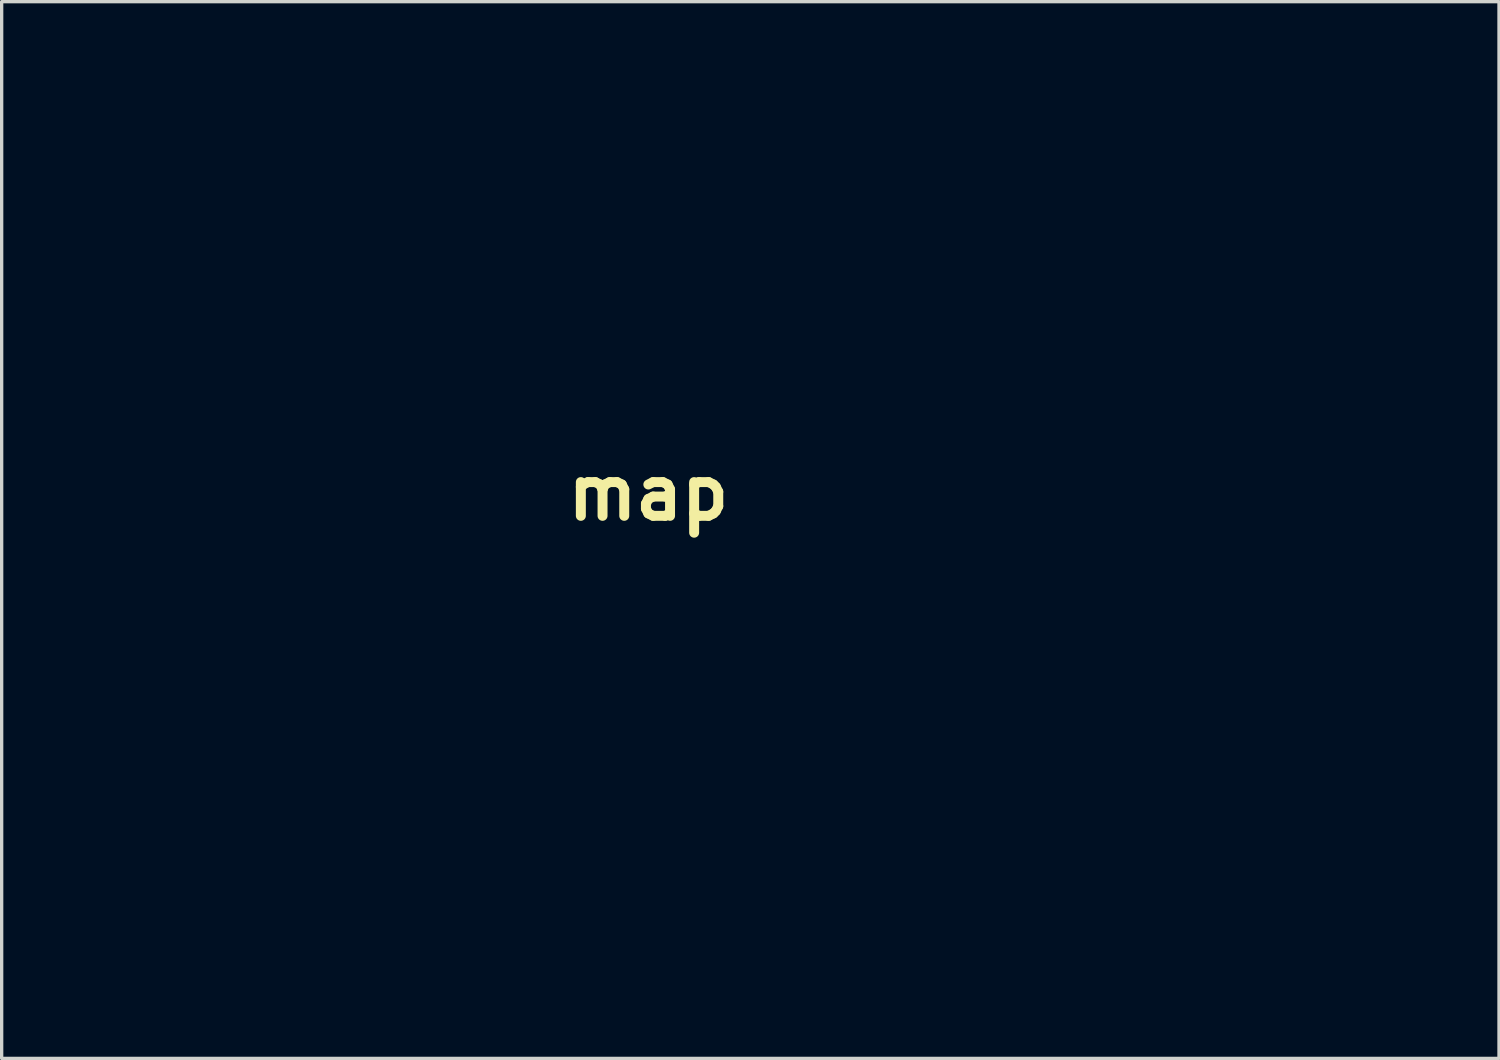
<source format=kicad_pcb>
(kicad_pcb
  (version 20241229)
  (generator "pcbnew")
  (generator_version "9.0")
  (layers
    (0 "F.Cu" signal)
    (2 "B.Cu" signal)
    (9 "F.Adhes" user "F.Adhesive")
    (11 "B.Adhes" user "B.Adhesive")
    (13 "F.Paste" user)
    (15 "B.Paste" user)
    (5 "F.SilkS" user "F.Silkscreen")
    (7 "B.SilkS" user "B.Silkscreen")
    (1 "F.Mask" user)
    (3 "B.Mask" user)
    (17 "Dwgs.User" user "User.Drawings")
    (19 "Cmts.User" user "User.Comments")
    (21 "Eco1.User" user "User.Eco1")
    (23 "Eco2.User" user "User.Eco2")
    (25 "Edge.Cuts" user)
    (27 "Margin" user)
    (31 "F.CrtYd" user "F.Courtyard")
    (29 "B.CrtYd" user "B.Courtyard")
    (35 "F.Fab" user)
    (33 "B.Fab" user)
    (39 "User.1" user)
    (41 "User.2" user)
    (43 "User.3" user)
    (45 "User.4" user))
  (footprint "map"
    (layer "F.Cu")
    (at 16.47 11.791)
    (property "Reference" "map" (at 0 0 0) (layer "F.SilkS") (effects (font (size 1.524 1.524) (thickness 0.3))))
    (attr through_hole)
    (fp_poly (pts (xy -3.856 0.829) (xy -3.81 0.882) (xy -3.81 0.889) (xy -3.849 0.945) (xy -3.972 0.965) (xy -3.988 0.965) (xy -4.119 0.949) (xy -4.165 0.896) (xy -4.166 0.889) (xy -4.127 0.833) (xy -4.004 0.813) (xy -3.988 0.813) (xy -3.856 0.829)) (stroke (width 0.01) (type solid)) (fill yes) (layer "F.Mask"))
    (fp_poly (pts (xy -2.653 0.825) (xy -2.594 0.867) (xy -2.591 0.889) (xy -2.624 0.942) (xy -2.736 0.964) (xy -2.794 0.965) (xy -2.935 0.953) (xy -2.994 0.911) (xy -2.997 0.889) (xy -2.964 0.836) (xy -2.852 0.814) (xy -2.794 0.813) (xy -2.653 0.825)) (stroke (width 0.01) (type solid)) (fill yes) (layer "F.Mask"))
    (fp_poly (pts (xy -1.469 0.829) (xy -1.423 0.882) (xy -1.422 0.889) (xy -1.461 0.945) (xy -1.584 0.965) (xy -1.6 0.965) (xy -1.732 0.949) (xy -1.778 0.896) (xy -1.778 0.889) (xy -1.739 0.833) (xy -1.616 0.813) (xy -1.6 0.813) (xy -1.469 0.829)) (stroke (width 0.01) (type solid)) (fill yes) (layer "F.Mask"))
    (fp_poly (pts (xy -0.249 0.829) (xy -0.204 0.882) (xy -0.203 0.889) (xy -0.242 0.945) (xy -0.365 0.965) (xy -0.381 0.965) (xy -0.513 0.949) (xy -0.558 0.896) (xy -0.559 0.889) (xy -0.52 0.833) (xy -0.397 0.813) (xy -0.381 0.813) (xy -0.249 0.829)) (stroke (width 0.01) (type solid)) (fill yes) (layer "F.Mask"))
    (fp_poly (pts (xy 0.919 0.829) (xy 0.965 0.882) (xy 0.965 0.889) (xy 0.927 0.945) (xy 0.804 0.965) (xy 0.787 0.965) (xy 0.656 0.949) (xy 0.61 0.896) (xy 0.61 0.889) (xy 0.648 0.833) (xy 0.771 0.813) (xy 0.787 0.813) (xy 0.919 0.829)) (stroke (width 0.01) (type solid)) (fill yes) (layer "F.Mask"))
    (fp_poly (pts (xy 2.138 0.829) (xy 2.184 0.882) (xy 2.184 0.889) (xy 2.146 0.945) (xy 2.023 0.965) (xy 2.007 0.965) (xy 1.875 0.949) (xy 1.829 0.896) (xy 1.829 0.889) (xy 1.867 0.833) (xy 1.99 0.813) (xy 2.007 0.813) (xy 2.138 0.829)) (stroke (width 0.01) (type solid)) (fill yes) (layer "F.Mask"))
    (fp_poly (pts (xy 3.342 0.825) (xy 3.4 0.867) (xy 3.404 0.889) (xy 3.37 0.942) (xy 3.259 0.964) (xy 3.2 0.965) (xy 3.059 0.953) (xy 3.001 0.911) (xy 2.997 0.889) (xy 3.031 0.836) (xy 3.142 0.814) (xy 3.2 0.813) (xy 3.342 0.825)) (stroke (width 0.01) (type solid)) (fill yes) (layer "F.Mask"))
    (fp_poly (pts (xy 4.526 0.829) (xy 4.572 0.882) (xy 4.572 0.889) (xy 4.533 0.945) (xy 4.41 0.965) (xy 4.394 0.965) (xy 4.263 0.949) (xy 4.217 0.896) (xy 4.216 0.889) (xy 4.255 0.833) (xy 4.378 0.813) (xy 4.394 0.813) (xy 4.526 0.829)) (stroke (width 0.01) (type solid)) (fill yes) (layer "F.Mask"))
    (fp_poly (pts (xy 5.745 0.829) (xy 5.791 0.882) (xy 5.791 0.889) (xy 5.753 0.945) (xy 5.63 0.965) (xy 5.613 0.965) (xy 5.482 0.949) (xy 5.436 0.896) (xy 5.436 0.889) (xy 5.474 0.833) (xy 5.597 0.813) (xy 5.613 0.813) (xy 5.745 0.829)) (stroke (width 0.01) (type solid)) (fill yes) (layer "F.Mask"))
    (fp_poly (pts (xy 6.948 0.825) (xy 7.007 0.867) (xy 7.01 0.889) (xy 6.977 0.942) (xy 6.866 0.964) (xy 6.807 0.965) (xy 6.666 0.953) (xy 6.608 0.911) (xy 6.604 0.889) (xy 6.638 0.836) (xy 6.749 0.814) (xy 6.807 0.813) (xy 6.948 0.825)) (stroke (width 0.01) (type solid)) (fill yes) (layer "F.Mask"))
    (fp_poly (pts (xy 8.133 0.829) (xy 8.178 0.882) (xy 8.179 0.889) (xy 8.14 0.945) (xy 8.017 0.965) (xy 8.001 0.965) (xy 7.869 0.949) (xy 7.824 0.896) (xy 7.823 0.889) (xy 7.862 0.833) (xy 7.985 0.813) (xy 8.001 0.813) (xy 8.133 0.829)) (stroke (width 0.01) (type solid)) (fill yes) (layer "F.Mask"))
    (fp_poly (pts (xy 9.352 0.829) (xy 9.398 0.882) (xy 9.398 0.889) (xy 9.359 0.945) (xy 9.236 0.965) (xy 9.22 0.965) (xy 9.089 0.949) (xy 9.043 0.896) (xy 9.042 0.889) (xy 9.081 0.833) (xy 9.204 0.813) (xy 9.22 0.813) (xy 9.352 0.829)) (stroke (width 0.01) (type solid)) (fill yes) (layer "F.Mask"))
    (fp_poly (pts (xy 10.555 0.825) (xy 10.614 0.867) (xy 10.617 0.889) (xy 10.584 0.942) (xy 10.472 0.964) (xy 10.414 0.965) (xy 10.273 0.953) (xy 10.214 0.911) (xy 10.211 0.889) (xy 10.244 0.836) (xy 10.356 0.814) (xy 10.414 0.813) (xy 10.555 0.825)) (stroke (width 0.01) (type solid)) (fill yes) (layer "F.Mask"))
    (fp_poly (pts (xy 11.739 0.829) (xy 11.785 0.882) (xy 11.786 0.889) (xy 11.747 0.945) (xy 11.624 0.965) (xy 11.608 0.965) (xy 11.476 0.949) (xy 11.43 0.896) (xy 11.43 0.889) (xy 11.469 0.833) (xy 11.592 0.813) (xy 11.608 0.813) (xy 11.739 0.829)) (stroke (width 0.01) (type solid)) (fill yes) (layer "F.Mask"))
    (fp_poly (pts (xy 12.943 0.825) (xy 13.001 0.867) (xy 13.005 0.889) (xy 12.971 0.942) (xy 12.86 0.964) (xy 12.802 0.965) (xy 12.66 0.953) (xy 12.602 0.911) (xy 12.598 0.889) (xy 12.632 0.836) (xy 12.743 0.814) (xy 12.802 0.813) (xy 12.943 0.825)) (stroke (width 0.01) (type solid)) (fill yes) (layer "F.Mask"))
    (fp_poly (pts (xy 14.127 0.829) (xy 14.173 0.882) (xy 14.173 0.889) (xy 14.135 0.945) (xy 14.012 0.965) (xy 13.995 0.965) (xy 13.864 0.949) (xy 13.818 0.896) (xy 13.818 0.889) (xy 13.856 0.833) (xy 13.979 0.813) (xy 13.995 0.813) (xy 14.127 0.829)) (stroke (width 0.01) (type solid)) (fill yes) (layer "F.Mask"))
    (fp_poly (pts (xy 15.346 0.829) (xy 15.392 0.882) (xy 15.392 0.889) (xy 15.354 0.945) (xy 15.231 0.965) (xy 15.215 0.965) (xy 15.083 0.949) (xy 15.037 0.896) (xy 15.037 0.889) (xy 15.075 0.833) (xy 15.198 0.813) (xy 15.215 0.813) (xy 15.346 0.829)) (stroke (width 0.01) (type solid)) (fill yes) (layer "F.Mask"))
    (fp_poly (pts (xy 16.55 0.825) (xy 16.608 0.867) (xy 16.612 0.889) (xy 16.578 0.942) (xy 16.467 0.964) (xy 16.408 0.965) (xy 16.267 0.953) (xy 16.209 0.911) (xy 16.205 0.889) (xy 16.239 0.836) (xy 16.35 0.814) (xy 16.408 0.813) (xy 16.55 0.825)) (stroke (width 0.01) (type solid)) (fill yes) (layer "F.Mask"))
    (fp_poly (pts (xy 17.734 0.829) (xy 17.78 0.882) (xy 17.78 0.889) (xy 17.741 0.945) (xy 17.618 0.965) (xy 17.602 0.965) (xy 17.471 0.949) (xy 17.425 0.896) (xy 17.424 0.889) (xy 17.463 0.833) (xy 17.586 0.813) (xy 17.602 0.813) (xy 17.734 0.829)) (stroke (width 0.01) (type solid)) (fill yes) (layer "F.Mask"))
    (fp_poly (pts (xy 18.953 0.829) (xy 18.999 0.882) (xy 18.999 0.889) (xy 18.961 0.945) (xy 18.838 0.965) (xy 18.821 0.965) (xy 18.69 0.949) (xy 18.644 0.896) (xy 18.644 0.889) (xy 18.682 0.833) (xy 18.805 0.813) (xy 18.821 0.813) (xy 18.953 0.829)) (stroke (width 0.01) (type solid)) (fill yes) (layer "F.Mask"))
    (fp_poly (pts (xy 20.156 0.825) (xy 20.215 0.867) (xy 20.218 0.889) (xy 20.185 0.942) (xy 20.074 0.964) (xy 20.015 0.965) (xy 19.874 0.953) (xy 19.816 0.911) (xy 19.812 0.889) (xy 19.846 0.836) (xy 19.957 0.814) (xy 20.015 0.813) (xy 20.156 0.825)) (stroke (width 0.01) (type solid)) (fill yes) (layer "F.Mask"))
    (fp_poly (pts (xy 21.341 0.829) (xy 21.386 0.882) (xy 21.387 0.889) (xy 21.348 0.945) (xy 21.225 0.965) (xy 21.209 0.965) (xy 21.077 0.949) (xy 21.032 0.896) (xy 21.031 0.889) (xy 21.07 0.833) (xy 21.193 0.813) (xy 21.209 0.813) (xy 21.341 0.829)) (stroke (width 0.01) (type solid)) (fill yes) (layer "F.Mask"))
    (fp_poly (pts (xy 22.56 0.829) (xy 22.606 0.882) (xy 22.606 0.889) (xy 22.567 0.945) (xy 22.444 0.965) (xy 22.428 0.965) (xy 22.297 0.949) (xy 22.251 0.896) (xy 22.25 0.889) (xy 22.289 0.833) (xy 22.412 0.813) (xy 22.428 0.813) (xy 22.56 0.829)) (stroke (width 0.01) (type solid)) (fill yes) (layer "F.Mask"))
    (fp_poly (pts (xy 4.46 -11.749) (xy 4.454 -11.714) (xy 4.421 -11.668) (xy 4.33 -11.548) (xy 4.186 -11.359) (xy 3.992 -11.107) (xy 3.754 -10.797) (xy 3.475 -10.435) (xy 3.16 -10.027) (xy 2.814 -9.579) (xy 2.441 -9.096) (xy 2.044 -8.583) (xy 1.63 -8.047) (xy 1.201 -7.493) (xy 0.762 -6.927) (xy 0.319 -6.354) (xy -0.126 -5.781) (xy -0.567 -5.212) (xy -1 -4.654) (xy -1.421 -4.112) (xy -1.825 -3.591) (xy -2.208 -3.098) (xy -2.565 -2.639) (xy -2.893 -2.218) (xy -3.186 -1.842) (xy -3.441 -1.515) (xy -3.652 -1.245) (xy -3.816 -1.036) (xy -3.822 -1.029) (xy -3.935 -0.882) (xy -4.015 -0.771) (xy -4.047 -0.715) (xy -4.046 -0.711) (xy -4.007 -0.748) (xy -3.907 -0.851) (xy -3.754 -1.015) (xy -3.553 -1.231) (xy -3.314 -1.49) (xy -3.043 -1.786) (xy -2.746 -2.111) (xy -2.587 -2.286) (xy -2.28 -2.622) (xy -1.993 -2.934) (xy -1.735 -3.214) (xy -1.511 -3.453) (xy -1.33 -3.644) (xy -1.199 -3.779) (xy -1.124 -3.851) (xy -1.111 -3.861) (xy -1.067 -3.824) (xy -1.067 -3.818) (xy -1.1 -3.774) (xy -1.196 -3.661) (xy -1.348 -3.487) (xy -1.551 -3.258) (xy -1.798 -2.982) (xy -2.084 -2.664) (xy -2.402 -2.312) (xy -2.746 -1.931) (xy -3.052 -1.596) (xy -3.415 -1.197) (xy -3.757 -0.819) (xy -4.073 -0.47) (xy -4.356 -0.155) (xy -4.6 0.117) (xy -4.799 0.341) (xy -4.947 0.509) (xy -5.037 0.615) (xy -5.065 0.65) (xy -5.076 0.724) (xy -5.069 0.739) (xy -5.018 0.731) (xy -4.874 0.701) (xy -4.648 0.652) (xy -4.344 0.583) (xy -3.973 0.499) (xy -3.54 0.399) (xy -3.054 0.286) (xy -2.521 0.162) (xy -1.951 0.027) (xy -1.349 -0.115) (xy -1.19 -0.152) (xy -0.579 -0.297) (xy 0.006 -0.436) (xy 0.555 -0.566) (xy 1.062 -0.686) (xy 1.518 -0.794) (xy 1.916 -0.888) (xy 2.248 -0.967) (xy 2.507 -1.028) (xy 2.684 -1.07) (xy 2.771 -1.091) (xy 2.778 -1.092) (xy 2.875 -1.094) (xy 2.922 -1.06) (xy 2.9 -1.015) (xy 2.858 -0.996) (xy 2.796 -0.98) (xy 2.642 -0.942) (xy 2.405 -0.885) (xy 2.092 -0.81) (xy 1.711 -0.719) (xy 1.27 -0.613) (xy 0.777 -0.496) (xy 0.238 -0.367) (xy -0.337 -0.231) (xy -0.942 -0.087) (xy -1.09 -0.052) (xy -1.7 0.094) (xy -2.281 0.233) (xy -2.825 0.364) (xy -3.327 0.486) (xy -3.776 0.596) (xy -4.167 0.693) (xy -4.492 0.774) (xy -4.742 0.838) (xy -4.91 0.883) (xy -4.989 0.907) (xy -4.994 0.91) (xy -4.994 0.958) (xy -4.945 0.983) (xy -4.843 1.013) (xy -4.649 1.07) (xy -4.368 1.153) (xy -4.006 1.259) (xy -3.569 1.387) (xy -3.061 1.536) (xy -2.49 1.703) (xy -1.859 1.888) (xy -1.176 2.088) (xy -0.444 2.302) (xy 0.33 2.529) (xy 1.141 2.766) (xy 1.983 3.012) (xy 2.851 3.266) (xy 3.581 3.48) (xy 4.27 3.682) (xy 4.932 3.876) (xy 5.559 4.061) (xy 6.146 4.235) (xy 6.686 4.395) (xy 7.173 4.54) (xy 7.599 4.667) (xy 7.959 4.775) (xy 8.245 4.863) (xy 8.452 4.927) (xy 8.573 4.966) (xy 8.602 4.977) (xy 8.615 5.031) (xy 8.602 5.043) (xy 8.549 5.032) (xy 8.405 4.994) (xy 8.174 4.93) (xy 7.863 4.843) (xy 7.477 4.734) (xy 7.022 4.604) (xy 6.504 4.455) (xy 5.929 4.289) (xy 5.301 4.108) (xy 4.628 3.912) (xy 3.914 3.704) (xy 3.166 3.486) (xy 2.389 3.259) (xy 2.083 3.169) (xy 1.289 2.937) (xy 0.519 2.711) (xy -0.223 2.493) (xy -0.93 2.286) (xy -1.596 2.091) (xy -2.215 1.91) (xy -2.781 1.744) (xy -3.288 1.596) (xy -3.73 1.467) (xy -4.1 1.358) (xy -4.393 1.273) (xy -4.602 1.212) (xy -4.722 1.177) (xy -4.74 1.172) (xy -4.926 1.123) (xy -5.031 1.107) (xy -5.07 1.123) (xy -5.07 1.14) (xy -5.034 1.189) (xy -4.934 1.306) (xy -4.778 1.482) (xy -4.572 1.712) (xy -4.322 1.987) (xy -4.035 2.302) (xy -3.716 2.648) (xy -3.374 3.02) (xy -3.188 3.22) (xy -2.835 3.601) (xy -2.505 3.96) (xy -2.202 4.291) (xy -1.934 4.586) (xy -1.706 4.838) (xy -1.525 5.04) (xy -1.398 5.186) (xy -1.33 5.268) (xy -1.321 5.284) (xy -1.351 5.333) (xy -1.36 5.334) (xy -1.402 5.298) (xy -1.505 5.194) (xy -1.664 5.03) (xy -1.871 4.812) (xy -2.12 4.549) (xy -2.404 4.246) (xy -2.716 3.912) (xy -3.049 3.553) (xy -3.093 3.505) (xy -3.428 3.144) (xy -3.742 2.806) (xy -4.028 2.499) (xy -4.279 2.23) (xy -4.489 2.006) (xy -4.651 1.835) (xy -4.759 1.723) (xy -4.805 1.677) (xy -4.806 1.676) (xy -4.808 1.679) (xy -4.804 1.691) (xy -4.791 1.714) (xy -4.767 1.754) (xy -4.73 1.814) (xy -4.677 1.898) (xy -4.606 2.009) (xy -4.513 2.153) (xy -4.396 2.332) (xy -4.253 2.55) (xy -4.082 2.812) (xy -3.879 3.122) (xy -3.642 3.482) (xy -3.369 3.897) (xy -3.057 4.372) (xy -2.703 4.909) (xy -2.305 5.513) (xy -1.861 6.188) (xy -1.367 6.937) (xy -0.822 7.764) (xy -0.436 8.351) (xy 0.011 9.03) (xy 0.443 9.686) (xy 0.857 10.314) (xy 1.248 10.909) (xy 1.614 11.466) (xy 1.951 11.98) (xy 2.256 12.446) (xy 2.527 12.859) (xy 2.758 13.213) (xy 2.948 13.504) (xy 3.093 13.727) (xy 3.189 13.876) (xy 3.233 13.947) (xy 3.235 13.952) (xy 3.229 14.012) (xy 3.205 14.021) (xy 3.162 13.98) (xy 3.073 13.866) (xy 2.945 13.689) (xy 2.787 13.462) (xy 2.607 13.196) (xy 2.472 12.992) (xy 2.093 12.416) (xy 1.694 11.808) (xy 1.277 11.175) (xy 0.847 10.521) (xy 0.407 9.852) (xy -0.039 9.174) (xy -0.489 8.491) (xy -0.938 7.809) (xy -1.383 7.134) (xy -1.821 6.469) (xy -2.247 5.822) (xy -2.66 5.197) (xy -3.054 4.599) (xy -3.427 4.034) (xy -3.775 3.507) (xy -4.094 3.023) (xy -4.381 2.588) (xy -4.633 2.207) (xy -4.846 1.886) (xy -5.017 1.629) (xy -5.141 1.442) (xy -5.216 1.33) (xy -5.238 1.298) (xy -5.307 1.281) (xy -5.334 1.3) (xy -5.345 1.357) (xy -5.364 1.508) (xy -5.39 1.746) (xy -5.422 2.063) (xy -5.459 2.452) (xy -5.501 2.906) (xy -5.547 3.418) (xy -5.596 3.979) (xy -5.648 4.584) (xy -5.702 5.224) (xy -5.754 5.854) (xy -5.809 6.521) (xy -5.863 7.159) (xy -5.914 7.76) (xy -5.962 8.318) (xy -6.007 8.825) (xy -6.047 9.274) (xy -6.082 9.658) (xy -6.112 9.969) (xy -6.136 10.201) (xy -6.152 10.345) (xy -6.161 10.394) (xy -6.216 10.41) (xy -6.223 10.405) (xy -6.223 10.352) (xy -6.215 10.205) (xy -6.2 9.971) (xy -6.177 9.658) (xy -6.149 9.274) (xy -6.115 8.825) (xy -6.076 8.319) (xy -6.032 7.763) (xy -5.985 7.166) (xy -5.934 6.533) (xy -5.894 6.041) (xy -5.828 5.238) (xy -5.77 4.532) (xy -5.719 3.914) (xy -5.676 3.379) (xy -5.639 2.922) (xy -5.608 2.537) (xy -5.582 2.216) (xy -5.562 1.955) (xy -5.547 1.747) (xy -5.537 1.586) (xy -5.53 1.467) (xy -5.528 1.383) (xy -5.528 1.328) (xy -5.532 1.297) (xy -5.538 1.283) (xy -5.546 1.28) (xy -5.556 1.283) (xy -5.567 1.285) (xy -5.572 1.284) (xy -5.616 1.318) (xy -5.719 1.422) (xy -5.875 1.589) (xy -6.078 1.814) (xy -6.322 2.087) (xy -6.601 2.403) (xy -6.908 2.755) (xy -7.237 3.136) (xy -7.421 3.35) (xy -7.759 3.743) (xy -8.078 4.112) (xy -8.371 4.45) (xy -8.633 4.75) (xy -8.857 5.004) (xy -9.036 5.206) (xy -9.166 5.349) (xy -9.239 5.425) (xy -9.253 5.436) (xy -9.296 5.397) (xy -9.296 5.388) (xy -9.264 5.341) (xy -9.172 5.225) (xy -9.025 5.046) (xy -8.83 4.812) (xy -8.593 4.531) (xy -8.32 4.208) (xy -8.017 3.852) (xy -7.69 3.47) (xy -7.518 3.27) (xy -7.182 2.878) (xy -6.866 2.508) (xy -6.577 2.168) (xy -6.321 1.866) (xy -6.104 1.608) (xy -5.933 1.402) (xy -5.812 1.254) (xy -5.749 1.173) (xy -5.74 1.159) (xy -5.78 1.12) (xy -5.8 1.118) (xy -5.843 1.127) (xy -5.945 1.155) (xy -6.11 1.204) (xy -6.342 1.275) (xy -6.645 1.368) (xy -7.021 1.486) (xy -7.476 1.628) (xy -8.012 1.796) (xy -8.633 1.992) (xy -9.343 2.217) (xy -10.146 2.471) (xy -10.236 2.5) (xy -10.66 2.633) (xy -10.997 2.739) (xy -11.257 2.819) (xy -11.451 2.876) (xy -11.589 2.913) (xy -11.68 2.933) (xy -11.735 2.939) (xy -11.764 2.933) (xy -11.77 2.928) (xy -11.784 2.878) (xy -11.78 2.874) (xy -11.729 2.855) (xy -11.59 2.808) (xy -11.371 2.736) (xy -11.081 2.643) (xy -10.728 2.53) (xy -10.322 2.4) (xy -9.871 2.257) (xy -9.384 2.102) (xy -8.972 1.972) (xy -8.465 1.811) (xy -7.992 1.66) (xy -7.56 1.52) (xy -7.177 1.394) (xy -6.851 1.286) (xy -6.591 1.197) (xy -6.405 1.131) (xy -6.3 1.09) (xy -6.282 1.077) (xy -6.347 1.08) (xy -6.505 1.091) (xy -6.748 1.11) (xy -7.07 1.137) (xy -7.461 1.171) (xy -7.916 1.211) (xy -8.424 1.257) (xy -8.98 1.307) (xy -9.575 1.362) (xy -10.201 1.42) (xy -10.492 1.447) (xy -11.154 1.509) (xy -11.806 1.569) (xy -12.438 1.628) (xy -13.041 1.685) (xy -13.603 1.737) (xy -14.116 1.785) (xy -14.569 1.827) (xy -14.953 1.863) (xy -15.257 1.891) (xy -15.473 1.911) (xy -15.507 1.914) (xy -15.866 1.945) (xy -16.133 1.963) (xy -16.316 1.968) (xy -16.424 1.959) (xy -16.465 1.937) (xy -16.45 1.904) (xy -16.396 1.895) (xy -16.249 1.878) (xy -16.017 1.853) (xy -15.708 1.821) (xy -15.33 1.783) (xy -14.891 1.739) (xy -14.398 1.692) (xy -13.861 1.64) (xy -13.287 1.586) (xy -12.745 1.536) (xy -12.149 1.48) (xy -11.585 1.426) (xy -11.061 1.376) (xy -10.586 1.33) (xy -10.166 1.289) (xy -9.81 1.253) (xy -9.525 1.223) (xy -9.319 1.2) (xy -9.199 1.185) (xy -9.172 1.179) (xy -9.24 1.179) (xy -9.401 1.184) (xy -9.644 1.194) (xy -9.961 1.207) (xy -10.342 1.225) (xy -10.777 1.246) (xy -11.257 1.27) (xy -11.774 1.297) (xy -12.194 1.319) (xy -12.848 1.353) (xy -13.407 1.383) (xy -13.88 1.407) (xy -14.273 1.427) (xy -14.594 1.443) (xy -14.851 1.454) (xy -15.049 1.462) (xy -15.198 1.466) (xy -15.303 1.466) (xy -15.373 1.464) (xy -15.415 1.458) (xy -15.435 1.45) (xy -15.442 1.439) (xy -15.443 1.428) (xy -15.438 1.416) (xy -15.418 1.404) (xy -15.379 1.393) (xy -15.313 1.382) (xy -15.214 1.37) (xy -15.078 1.358) (xy -14.897 1.344) (xy -14.667 1.329) (xy -14.38 1.311) (xy -14.032 1.292) (xy -13.616 1.269) (xy -13.125 1.244) (xy -12.555 1.214) (xy -11.9 1.181) (xy -11.152 1.144) (xy -10.617 1.117) (xy -9.809 1.077) (xy -9.097 1.041) (xy -8.474 1.01) (xy -7.934 0.982) (xy -7.472 0.958) (xy -7.082 0.937) (xy -6.757 0.918) (xy -6.491 0.901) (xy -6.279 0.886) (xy -6.115 0.873) (xy -5.992 0.86) (xy -5.905 0.848) (xy -5.847 0.837) (xy -5.813 0.825) (xy -5.796 0.812) (xy -5.791 0.799) (xy -5.791 0.795) (xy -5.833 0.758) (xy -5.953 0.671) (xy -6.144 0.537) (xy -6.4 0.363) (xy -6.713 0.152) (xy -7.077 -0.09) (xy -7.485 -0.36) (xy -7.929 -0.652) (xy -8.403 -0.963) (xy -8.674 -1.139) (xy -9.162 -1.457) (xy -9.624 -1.758) (xy -10.054 -2.038) (xy -10.445 -2.292) (xy -10.789 -2.517) (xy -11.081 -2.707) (xy -11.311 -2.857) (xy -11.475 -2.964) (xy -11.564 -3.023) (xy -11.579 -3.033) (xy -11.57 -3.076) (xy -11.554 -3.095) (xy -11.503 -3.076) (xy -11.372 -3.004) (xy -11.168 -2.882) (xy -10.893 -2.714) (xy -10.554 -2.501) (xy -10.156 -2.249) (xy -9.704 -1.959) (xy -9.202 -1.635) (xy -8.656 -1.279) (xy -8.636 -1.266) (xy -8.149 -0.949) (xy -7.687 -0.648) (xy -7.256 -0.369) (xy -6.864 -0.116) (xy -6.517 0.106) (xy -6.224 0.294) (xy -5.99 0.442) (xy -5.824 0.545) (xy -5.731 0.6) (xy -5.715 0.608) (xy -5.682 0.606) (xy -5.654 0.598) (xy -5.632 0.575) (xy -5.618 0.533) (xy -5.611 0.465) (xy -5.614 0.364) (xy -5.626 0.225) (xy -5.648 0.041) (xy -5.681 -0.193) (xy -5.727 -0.485) (xy -5.785 -0.841) (xy -5.857 -1.265) (xy -5.943 -1.766) (xy -6.045 -2.349) (xy -6.162 -3.02) (xy -6.282 -3.699) (xy -6.394 -4.341) (xy -6.501 -4.953) (xy -6.6 -5.53) (xy -6.691 -6.063) (xy -6.773 -6.545) (xy -6.843 -6.969) (xy -6.902 -7.327) (xy -6.947 -7.612) (xy -6.977 -7.817) (xy -6.992 -7.934) (xy -6.993 -7.959) (xy -6.938 -7.97) (xy -6.933 -7.966) (xy -6.92 -7.913) (xy -6.891 -7.767) (xy -6.848 -7.536) (xy -6.791 -7.227) (xy -6.721 -6.848) (xy -6.641 -6.405) (xy -6.552 -5.907) (xy -6.454 -5.36) (xy -6.35 -4.773) (xy -6.24 -4.151) (xy -6.17 -3.754) (xy -6.058 -3.114) (xy -5.95 -2.502) (xy -5.848 -1.927) (xy -5.753 -1.394) (xy -5.667 -0.911) (xy -5.591 -0.487) (xy -5.526 -0.129) (xy -5.474 0.157) (xy -5.436 0.362) (xy -5.414 0.479) (xy -5.408 0.504) (xy -5.365 0.544) (xy -5.341 0.529) (xy -5.316 0.475) (xy -5.258 0.333) (xy -5.17 0.114) (xy -5.056 -0.175) (xy -4.919 -0.525) (xy -4.762 -0.928) (xy -4.588 -1.375) (xy -4.401 -1.859) (xy -4.212 -2.349) (xy -3.965 -2.989) (xy -3.745 -3.552) (xy -3.554 -4.037) (xy -3.391 -4.44) (xy -3.259 -4.759) (xy -3.158 -4.99) (xy -3.09 -5.132) (xy -3.056 -5.181) (xy -3.055 -5.181) (xy -3.007 -5.147) (xy -3.011 -5.118) (xy -3.155 -4.749) (xy -3.315 -4.34) (xy -3.485 -3.899) (xy -3.664 -3.437) (xy -3.847 -2.963) (xy -4.03 -2.485) (xy -4.21 -2.014) (xy -4.384 -1.559) (xy -4.548 -1.13) (xy -4.697 -0.735) (xy -4.83 -0.385) (xy -4.941 -0.089) (xy -5.028 0.144) (xy -5.086 0.305) (xy -5.113 0.383) (xy -5.114 0.389) (xy -5.081 0.352) (xy -4.99 0.239) (xy -4.842 0.054) (xy -4.643 -0.198) (xy -4.395 -0.513) (xy -4.357 -0.562) (xy -4.153 -0.562) (xy -4.146 -0.559) (xy -4.1 -0.595) (xy -4.089 -0.61) (xy -4.076 -0.657) (xy -4.083 -0.66) (xy -4.13 -0.625) (xy -4.14 -0.61) (xy -4.153 -0.562) (xy -4.357 -0.562) (xy -4.102 -0.886) (xy -3.767 -1.314) (xy -3.394 -1.792) (xy -2.985 -2.315) (xy -2.545 -2.879) (xy -2.077 -3.481) (xy -1.583 -4.114) (xy -1.068 -4.776) (xy -0.535 -5.462) (xy -0.359 -5.689) (xy 0.179 -6.382) (xy 0.701 -7.052) (xy 1.203 -7.697) (xy 1.682 -8.31) (xy 2.134 -8.888) (xy 2.555 -9.426) (xy 2.943 -9.921) (xy 3.293 -10.367) (xy 3.603 -10.76) (xy 3.869 -11.096) (xy 4.087 -11.37) (xy 4.255 -11.579) (xy 4.368 -11.718) (xy 4.424 -11.782) (xy 4.429 -11.786) (xy 4.46 -11.749)) (stroke (width 0.01) (type solid)) (fill yes) (layer "F.Mask")))
  (gr_rect
    (start -3 -3)
    (end 42.081 28.816)
    (stroke (width 0.1) (type default))
    (fill no)
    (layer "Edge.Cuts")))
</source>
